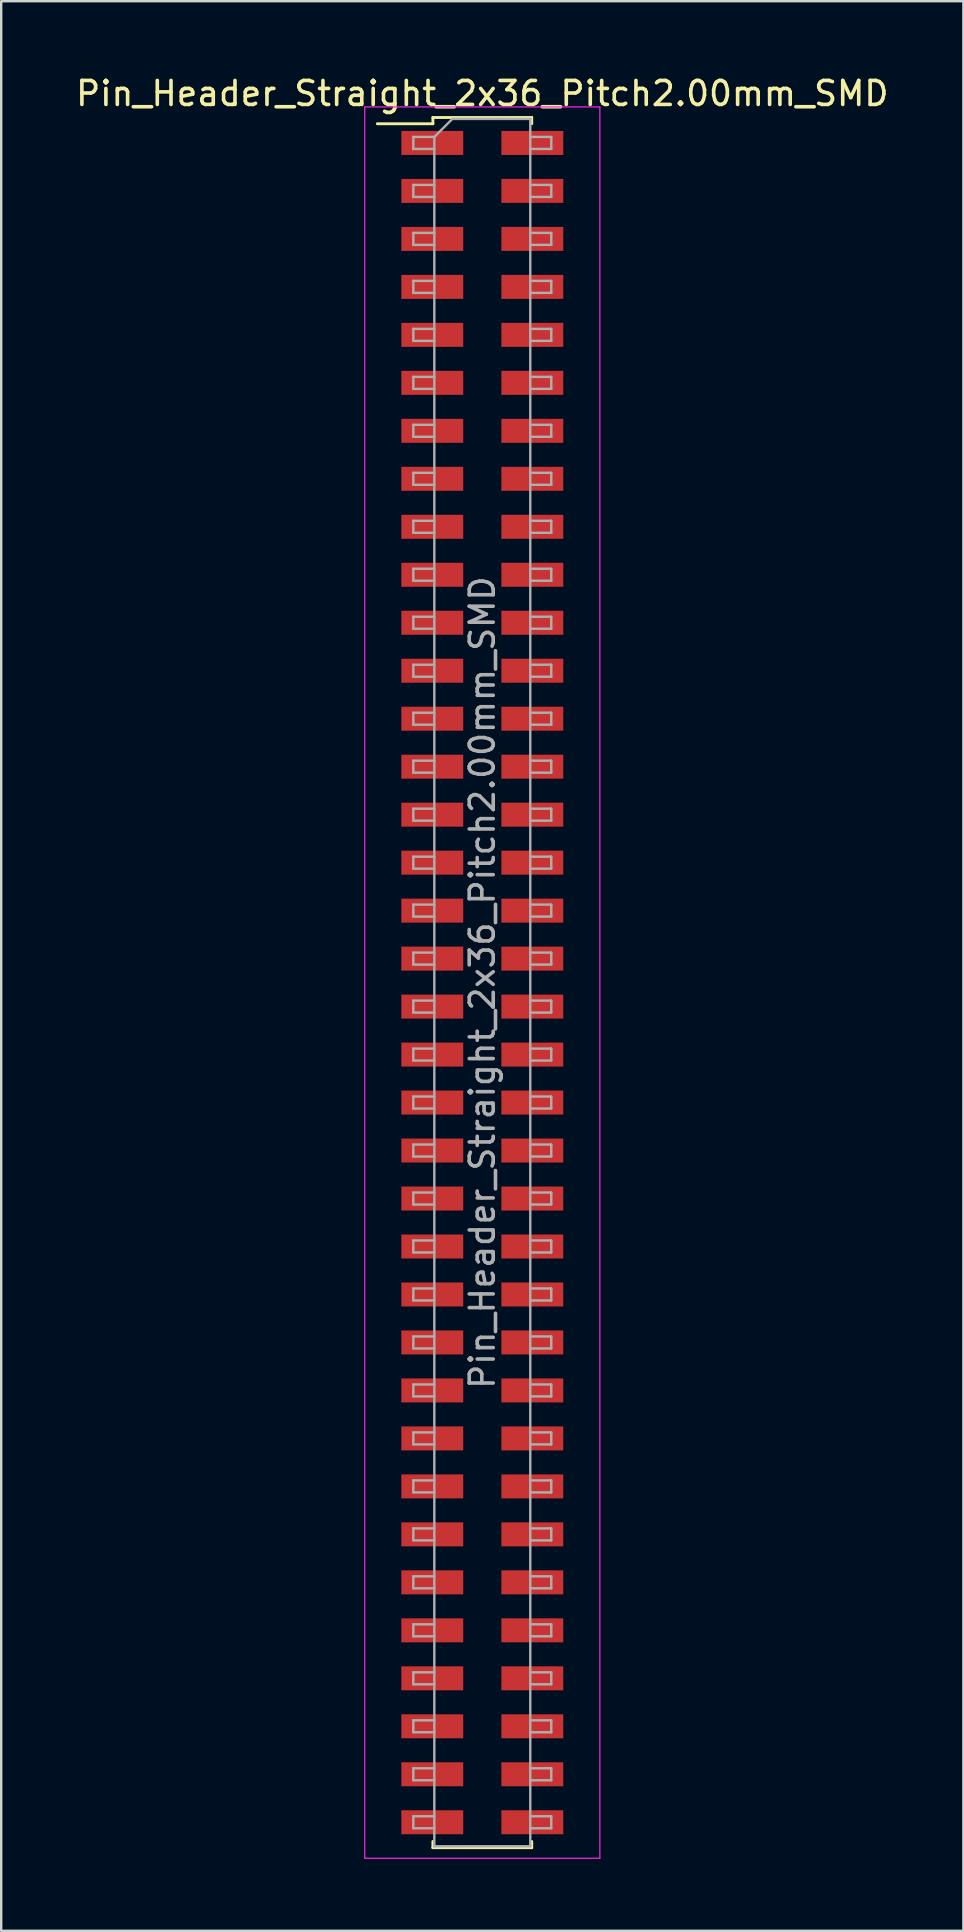
<source format=kicad_pcb>
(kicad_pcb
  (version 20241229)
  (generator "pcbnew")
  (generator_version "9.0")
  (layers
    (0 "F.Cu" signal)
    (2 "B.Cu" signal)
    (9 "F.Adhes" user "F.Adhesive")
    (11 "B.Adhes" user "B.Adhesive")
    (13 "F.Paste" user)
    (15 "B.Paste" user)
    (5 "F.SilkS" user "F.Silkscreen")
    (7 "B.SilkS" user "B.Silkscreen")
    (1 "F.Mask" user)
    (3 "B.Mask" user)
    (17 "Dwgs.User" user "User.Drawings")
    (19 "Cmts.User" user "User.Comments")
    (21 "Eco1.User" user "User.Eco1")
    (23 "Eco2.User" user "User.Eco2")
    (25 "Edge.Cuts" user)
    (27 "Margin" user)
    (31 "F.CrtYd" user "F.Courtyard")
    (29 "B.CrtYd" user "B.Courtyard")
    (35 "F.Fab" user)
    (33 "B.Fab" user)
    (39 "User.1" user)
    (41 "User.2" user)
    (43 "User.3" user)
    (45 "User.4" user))
  (footprint "Pin_Header_Straight_2x36_Pitch2.00mm_SMD"
    (layer "F.Cu")
    (at 17.054 37.908)
    (property "Reference" "Pin_Header_Straight_2x36_Pitch2.00mm_SMD" (at 0 -37.06 0) (layer "F.SilkS") (effects (font (size 1 1) (thickness 0.15))))
    (attr smd)
    (fp_line (start -4.375 -35.8) (end -2.06 -35.8) (stroke (width 0.12) (type solid)) (layer "F.SilkS"))
    (fp_line (start -2.06 -36.06) (end 2.06 -36.06) (stroke (width 0.12) (type solid)) (layer "F.SilkS"))
    (fp_line (start -2.06 -35.8) (end -2.06 -36.06) (stroke (width 0.12) (type solid)) (layer "F.SilkS"))
    (fp_line (start -2.06 35.8) (end -2.06 36.06) (stroke (width 0.12) (type solid)) (layer "F.SilkS"))
    (fp_line (start -2.06 36.06) (end 2.06 36.06) (stroke (width 0.12) (type solid)) (layer "F.SilkS"))
    (fp_line (start 2.06 -36.06) (end 2.06 -35.8) (stroke (width 0.12) (type solid)) (layer "F.SilkS"))
    (fp_line (start 2.06 36.06) (end 2.06 35.8) (stroke (width 0.12) (type solid)) (layer "F.SilkS"))
    (fp_line (start -4.9 -36.5) (end -4.9 36.5) (stroke (width 0.05) (type solid)) (layer "F.CrtYd"))
    (fp_line (start -4.9 36.5) (end 4.9 36.5) (stroke (width 0.05) (type solid)) (layer "F.CrtYd"))
    (fp_line (start 4.9 -36.5) (end -4.9 -36.5) (stroke (width 0.05) (type solid)) (layer "F.CrtYd"))
    (fp_line (start 4.9 36.5) (end 4.9 -36.5) (stroke (width 0.05) (type solid)) (layer "F.CrtYd"))
    (fp_line (start -2.875 -35.25) (end -2.875 -34.75) (stroke (width 0.1) (type solid)) (layer "F.Fab"))
    (fp_line (start -2.875 -34.75) (end -2 -34.75) (stroke (width 0.1) (type solid)) (layer "F.Fab"))
    (fp_line (start -2.875 -33.25) (end -2.875 -32.75) (stroke (width 0.1) (type solid)) (layer "F.Fab"))
    (fp_line (start -2.875 -32.75) (end -2 -32.75) (stroke (width 0.1) (type solid)) (layer "F.Fab"))
    (fp_line (start -2.875 -31.25) (end -2.875 -30.75) (stroke (width 0.1) (type solid)) (layer "F.Fab"))
    (fp_line (start -2.875 -30.75) (end -2 -30.75) (stroke (width 0.1) (type solid)) (layer "F.Fab"))
    (fp_line (start -2.875 -29.25) (end -2.875 -28.75) (stroke (width 0.1) (type solid)) (layer "F.Fab"))
    (fp_line (start -2.875 -28.75) (end -2 -28.75) (stroke (width 0.1) (type solid)) (layer "F.Fab"))
    (fp_line (start -2.875 -27.25) (end -2.875 -26.75) (stroke (width 0.1) (type solid)) (layer "F.Fab"))
    (fp_line (start -2.875 -26.75) (end -2 -26.75) (stroke (width 0.1) (type solid)) (layer "F.Fab"))
    (fp_line (start -2.875 -25.25) (end -2.875 -24.75) (stroke (width 0.1) (type solid)) (layer "F.Fab"))
    (fp_line (start -2.875 -24.75) (end -2 -24.75) (stroke (width 0.1) (type solid)) (layer "F.Fab"))
    (fp_line (start -2.875 -23.25) (end -2.875 -22.75) (stroke (width 0.1) (type solid)) (layer "F.Fab"))
    (fp_line (start -2.875 -22.75) (end -2 -22.75) (stroke (width 0.1) (type solid)) (layer "F.Fab"))
    (fp_line (start -2.875 -21.25) (end -2.875 -20.75) (stroke (width 0.1) (type solid)) (layer "F.Fab"))
    (fp_line (start -2.875 -20.75) (end -2 -20.75) (stroke (width 0.1) (type solid)) (layer "F.Fab"))
    (fp_line (start -2.875 -19.25) (end -2.875 -18.75) (stroke (width 0.1) (type solid)) (layer "F.Fab"))
    (fp_line (start -2.875 -18.75) (end -2 -18.75) (stroke (width 0.1) (type solid)) (layer "F.Fab"))
    (fp_line (start -2.875 -17.25) (end -2.875 -16.75) (stroke (width 0.1) (type solid)) (layer "F.Fab"))
    (fp_line (start -2.875 -16.75) (end -2 -16.75) (stroke (width 0.1) (type solid)) (layer "F.Fab"))
    (fp_line (start -2.875 -15.25) (end -2.875 -14.75) (stroke (width 0.1) (type solid)) (layer "F.Fab"))
    (fp_line (start -2.875 -14.75) (end -2 -14.75) (stroke (width 0.1) (type solid)) (layer "F.Fab"))
    (fp_line (start -2.875 -13.25) (end -2.875 -12.75) (stroke (width 0.1) (type solid)) (layer "F.Fab"))
    (fp_line (start -2.875 -12.75) (end -2 -12.75) (stroke (width 0.1) (type solid)) (layer "F.Fab"))
    (fp_line (start -2.875 -11.25) (end -2.875 -10.75) (stroke (width 0.1) (type solid)) (layer "F.Fab"))
    (fp_line (start -2.875 -10.75) (end -2 -10.75) (stroke (width 0.1) (type solid)) (layer "F.Fab"))
    (fp_line (start -2.875 -9.25) (end -2.875 -8.75) (stroke (width 0.1) (type solid)) (layer "F.Fab"))
    (fp_line (start -2.875 -8.75) (end -2 -8.75) (stroke (width 0.1) (type solid)) (layer "F.Fab"))
    (fp_line (start -2.875 -7.25) (end -2.875 -6.75) (stroke (width 0.1) (type solid)) (layer "F.Fab"))
    (fp_line (start -2.875 -6.75) (end -2 -6.75) (stroke (width 0.1) (type solid)) (layer "F.Fab"))
    (fp_line (start -2.875 -5.25) (end -2.875 -4.75) (stroke (width 0.1) (type solid)) (layer "F.Fab"))
    (fp_line (start -2.875 -4.75) (end -2 -4.75) (stroke (width 0.1) (type solid)) (layer "F.Fab"))
    (fp_line (start -2.875 -3.25) (end -2.875 -2.75) (stroke (width 0.1) (type solid)) (layer "F.Fab"))
    (fp_line (start -2.875 -2.75) (end -2 -2.75) (stroke (width 0.1) (type solid)) (layer "F.Fab"))
    (fp_line (start -2.875 -1.25) (end -2.875 -0.75) (stroke (width 0.1) (type solid)) (layer "F.Fab"))
    (fp_line (start -2.875 -0.75) (end -2 -0.75) (stroke (width 0.1) (type solid)) (layer "F.Fab"))
    (fp_line (start -2.875 0.75) (end -2.875 1.25) (stroke (width 0.1) (type solid)) (layer "F.Fab"))
    (fp_line (start -2.875 1.25) (end -2 1.25) (stroke (width 0.1) (type solid)) (layer "F.Fab"))
    (fp_line (start -2.875 2.75) (end -2.875 3.25) (stroke (width 0.1) (type solid)) (layer "F.Fab"))
    (fp_line (start -2.875 3.25) (end -2 3.25) (stroke (width 0.1) (type solid)) (layer "F.Fab"))
    (fp_line (start -2.875 4.75) (end -2.875 5.25) (stroke (width 0.1) (type solid)) (layer "F.Fab"))
    (fp_line (start -2.875 5.25) (end -2 5.25) (stroke (width 0.1) (type solid)) (layer "F.Fab"))
    (fp_line (start -2.875 6.75) (end -2.875 7.25) (stroke (width 0.1) (type solid)) (layer "F.Fab"))
    (fp_line (start -2.875 7.25) (end -2 7.25) (stroke (width 0.1) (type solid)) (layer "F.Fab"))
    (fp_line (start -2.875 8.75) (end -2.875 9.25) (stroke (width 0.1) (type solid)) (layer "F.Fab"))
    (fp_line (start -2.875 9.25) (end -2 9.25) (stroke (width 0.1) (type solid)) (layer "F.Fab"))
    (fp_line (start -2.875 10.75) (end -2.875 11.25) (stroke (width 0.1) (type solid)) (layer "F.Fab"))
    (fp_line (start -2.875 11.25) (end -2 11.25) (stroke (width 0.1) (type solid)) (layer "F.Fab"))
    (fp_line (start -2.875 12.75) (end -2.875 13.25) (stroke (width 0.1) (type solid)) (layer "F.Fab"))
    (fp_line (start -2.875 13.25) (end -2 13.25) (stroke (width 0.1) (type solid)) (layer "F.Fab"))
    (fp_line (start -2.875 14.75) (end -2.875 15.25) (stroke (width 0.1) (type solid)) (layer "F.Fab"))
    (fp_line (start -2.875 15.25) (end -2 15.25) (stroke (width 0.1) (type solid)) (layer "F.Fab"))
    (fp_line (start -2.875 16.75) (end -2.875 17.25) (stroke (width 0.1) (type solid)) (layer "F.Fab"))
    (fp_line (start -2.875 17.25) (end -2 17.25) (stroke (width 0.1) (type solid)) (layer "F.Fab"))
    (fp_line (start -2.875 18.75) (end -2.875 19.25) (stroke (width 0.1) (type solid)) (layer "F.Fab"))
    (fp_line (start -2.875 19.25) (end -2 19.25) (stroke (width 0.1) (type solid)) (layer "F.Fab"))
    (fp_line (start -2.875 20.75) (end -2.875 21.25) (stroke (width 0.1) (type solid)) (layer "F.Fab"))
    (fp_line (start -2.875 21.25) (end -2 21.25) (stroke (width 0.1) (type solid)) (layer "F.Fab"))
    (fp_line (start -2.875 22.75) (end -2.875 23.25) (stroke (width 0.1) (type solid)) (layer "F.Fab"))
    (fp_line (start -2.875 23.25) (end -2 23.25) (stroke (width 0.1) (type solid)) (layer "F.Fab"))
    (fp_line (start -2.875 24.75) (end -2.875 25.25) (stroke (width 0.1) (type solid)) (layer "F.Fab"))
    (fp_line (start -2.875 25.25) (end -2 25.25) (stroke (width 0.1) (type solid)) (layer "F.Fab"))
    (fp_line (start -2.875 26.75) (end -2.875 27.25) (stroke (width 0.1) (type solid)) (layer "F.Fab"))
    (fp_line (start -2.875 27.25) (end -2 27.25) (stroke (width 0.1) (type solid)) (layer "F.Fab"))
    (fp_line (start -2.875 28.75) (end -2.875 29.25) (stroke (width 0.1) (type solid)) (layer "F.Fab"))
    (fp_line (start -2.875 29.25) (end -2 29.25) (stroke (width 0.1) (type solid)) (layer "F.Fab"))
    (fp_line (start -2.875 30.75) (end -2.875 31.25) (stroke (width 0.1) (type solid)) (layer "F.Fab"))
    (fp_line (start -2.875 31.25) (end -2 31.25) (stroke (width 0.1) (type solid)) (layer "F.Fab"))
    (fp_line (start -2.875 32.75) (end -2.875 33.25) (stroke (width 0.1) (type solid)) (layer "F.Fab"))
    (fp_line (start -2.875 33.25) (end -2 33.25) (stroke (width 0.1) (type solid)) (layer "F.Fab"))
    (fp_line (start -2.875 34.75) (end -2.875 35.25) (stroke (width 0.1) (type solid)) (layer "F.Fab"))
    (fp_line (start -2.875 35.25) (end -2 35.25) (stroke (width 0.1) (type solid)) (layer "F.Fab"))
    (fp_line (start -2 -35.25) (end -2.875 -35.25) (stroke (width 0.1) (type solid)) (layer "F.Fab"))
    (fp_line (start -2 -35.25) (end -1.25 -36) (stroke (width 0.1) (type solid)) (layer "F.Fab"))
    (fp_line (start -2 -33.25) (end -2.875 -33.25) (stroke (width 0.1) (type solid)) (layer "F.Fab"))
    (fp_line (start -2 -31.25) (end -2.875 -31.25) (stroke (width 0.1) (type solid)) (layer "F.Fab"))
    (fp_line (start -2 -29.25) (end -2.875 -29.25) (stroke (width 0.1) (type solid)) (layer "F.Fab"))
    (fp_line (start -2 -27.25) (end -2.875 -27.25) (stroke (width 0.1) (type solid)) (layer "F.Fab"))
    (fp_line (start -2 -25.25) (end -2.875 -25.25) (stroke (width 0.1) (type solid)) (layer "F.Fab"))
    (fp_line (start -2 -23.25) (end -2.875 -23.25) (stroke (width 0.1) (type solid)) (layer "F.Fab"))
    (fp_line (start -2 -21.25) (end -2.875 -21.25) (stroke (width 0.1) (type solid)) (layer "F.Fab"))
    (fp_line (start -2 -19.25) (end -2.875 -19.25) (stroke (width 0.1) (type solid)) (layer "F.Fab"))
    (fp_line (start -2 -17.25) (end -2.875 -17.25) (stroke (width 0.1) (type solid)) (layer "F.Fab"))
    (fp_line (start -2 -15.25) (end -2.875 -15.25) (stroke (width 0.1) (type solid)) (layer "F.Fab"))
    (fp_line (start -2 -13.25) (end -2.875 -13.25) (stroke (width 0.1) (type solid)) (layer "F.Fab"))
    (fp_line (start -2 -11.25) (end -2.875 -11.25) (stroke (width 0.1) (type solid)) (layer "F.Fab"))
    (fp_line (start -2 -9.25) (end -2.875 -9.25) (stroke (width 0.1) (type solid)) (layer "F.Fab"))
    (fp_line (start -2 -7.25) (end -2.875 -7.25) (stroke (width 0.1) (type solid)) (layer "F.Fab"))
    (fp_line (start -2 -5.25) (end -2.875 -5.25) (stroke (width 0.1) (type solid)) (layer "F.Fab"))
    (fp_line (start -2 -3.25) (end -2.875 -3.25) (stroke (width 0.1) (type solid)) (layer "F.Fab"))
    (fp_line (start -2 -1.25) (end -2.875 -1.25) (stroke (width 0.1) (type solid)) (layer "F.Fab"))
    (fp_line (start -2 0.75) (end -2.875 0.75) (stroke (width 0.1) (type solid)) (layer "F.Fab"))
    (fp_line (start -2 2.75) (end -2.875 2.75) (stroke (width 0.1) (type solid)) (layer "F.Fab"))
    (fp_line (start -2 4.75) (end -2.875 4.75) (stroke (width 0.1) (type solid)) (layer "F.Fab"))
    (fp_line (start -2 6.75) (end -2.875 6.75) (stroke (width 0.1) (type solid)) (layer "F.Fab"))
    (fp_line (start -2 8.75) (end -2.875 8.75) (stroke (width 0.1) (type solid)) (layer "F.Fab"))
    (fp_line (start -2 10.75) (end -2.875 10.75) (stroke (width 0.1) (type solid)) (layer "F.Fab"))
    (fp_line (start -2 12.75) (end -2.875 12.75) (stroke (width 0.1) (type solid)) (layer "F.Fab"))
    (fp_line (start -2 14.75) (end -2.875 14.75) (stroke (width 0.1) (type solid)) (layer "F.Fab"))
    (fp_line (start -2 16.75) (end -2.875 16.75) (stroke (width 0.1) (type solid)) (layer "F.Fab"))
    (fp_line (start -2 18.75) (end -2.875 18.75) (stroke (width 0.1) (type solid)) (layer "F.Fab"))
    (fp_line (start -2 20.75) (end -2.875 20.75) (stroke (width 0.1) (type solid)) (layer "F.Fab"))
    (fp_line (start -2 22.75) (end -2.875 22.75) (stroke (width 0.1) (type solid)) (layer "F.Fab"))
    (fp_line (start -2 24.75) (end -2.875 24.75) (stroke (width 0.1) (type solid)) (layer "F.Fab"))
    (fp_line (start -2 26.75) (end -2.875 26.75) (stroke (width 0.1) (type solid)) (layer "F.Fab"))
    (fp_line (start -2 28.75) (end -2.875 28.75) (stroke (width 0.1) (type solid)) (layer "F.Fab"))
    (fp_line (start -2 30.75) (end -2.875 30.75) (stroke (width 0.1) (type solid)) (layer "F.Fab"))
    (fp_line (start -2 32.75) (end -2.875 32.75) (stroke (width 0.1) (type solid)) (layer "F.Fab"))
    (fp_line (start -2 34.75) (end -2.875 34.75) (stroke (width 0.1) (type solid)) (layer "F.Fab"))
    (fp_line (start -2 36) (end -2 -35.25) (stroke (width 0.1) (type solid)) (layer "F.Fab"))
    (fp_line (start -1.25 -36) (end 2 -36) (stroke (width 0.1) (type solid)) (layer "F.Fab"))
    (fp_line (start 2 -36) (end 2 36) (stroke (width 0.1) (type solid)) (layer "F.Fab"))
    (fp_line (start 2 -35.25) (end 2.875 -35.25) (stroke (width 0.1) (type solid)) (layer "F.Fab"))
    (fp_line (start 2 -33.25) (end 2.875 -33.25) (stroke (width 0.1) (type solid)) (layer "F.Fab"))
    (fp_line (start 2 -31.25) (end 2.875 -31.25) (stroke (width 0.1) (type solid)) (layer "F.Fab"))
    (fp_line (start 2 -29.25) (end 2.875 -29.25) (stroke (width 0.1) (type solid)) (layer "F.Fab"))
    (fp_line (start 2 -27.25) (end 2.875 -27.25) (stroke (width 0.1) (type solid)) (layer "F.Fab"))
    (fp_line (start 2 -25.25) (end 2.875 -25.25) (stroke (width 0.1) (type solid)) (layer "F.Fab"))
    (fp_line (start 2 -23.25) (end 2.875 -23.25) (stroke (width 0.1) (type solid)) (layer "F.Fab"))
    (fp_line (start 2 -21.25) (end 2.875 -21.25) (stroke (width 0.1) (type solid)) (layer "F.Fab"))
    (fp_line (start 2 -19.25) (end 2.875 -19.25) (stroke (width 0.1) (type solid)) (layer "F.Fab"))
    (fp_line (start 2 -17.25) (end 2.875 -17.25) (stroke (width 0.1) (type solid)) (layer "F.Fab"))
    (fp_line (start 2 -15.25) (end 2.875 -15.25) (stroke (width 0.1) (type solid)) (layer "F.Fab"))
    (fp_line (start 2 -13.25) (end 2.875 -13.25) (stroke (width 0.1) (type solid)) (layer "F.Fab"))
    (fp_line (start 2 -11.25) (end 2.875 -11.25) (stroke (width 0.1) (type solid)) (layer "F.Fab"))
    (fp_line (start 2 -9.25) (end 2.875 -9.25) (stroke (width 0.1) (type solid)) (layer "F.Fab"))
    (fp_line (start 2 -7.25) (end 2.875 -7.25) (stroke (width 0.1) (type solid)) (layer "F.Fab"))
    (fp_line (start 2 -5.25) (end 2.875 -5.25) (stroke (width 0.1) (type solid)) (layer "F.Fab"))
    (fp_line (start 2 -3.25) (end 2.875 -3.25) (stroke (width 0.1) (type solid)) (layer "F.Fab"))
    (fp_line (start 2 -1.25) (end 2.875 -1.25) (stroke (width 0.1) (type solid)) (layer "F.Fab"))
    (fp_line (start 2 0.75) (end 2.875 0.75) (stroke (width 0.1) (type solid)) (layer "F.Fab"))
    (fp_line (start 2 2.75) (end 2.875 2.75) (stroke (width 0.1) (type solid)) (layer "F.Fab"))
    (fp_line (start 2 4.75) (end 2.875 4.75) (stroke (width 0.1) (type solid)) (layer "F.Fab"))
    (fp_line (start 2 6.75) (end 2.875 6.75) (stroke (width 0.1) (type solid)) (layer "F.Fab"))
    (fp_line (start 2 8.75) (end 2.875 8.75) (stroke (width 0.1) (type solid)) (layer "F.Fab"))
    (fp_line (start 2 10.75) (end 2.875 10.75) (stroke (width 0.1) (type solid)) (layer "F.Fab"))
    (fp_line (start 2 12.75) (end 2.875 12.75) (stroke (width 0.1) (type solid)) (layer "F.Fab"))
    (fp_line (start 2 14.75) (end 2.875 14.75) (stroke (width 0.1) (type solid)) (layer "F.Fab"))
    (fp_line (start 2 16.75) (end 2.875 16.75) (stroke (width 0.1) (type solid)) (layer "F.Fab"))
    (fp_line (start 2 18.75) (end 2.875 18.75) (stroke (width 0.1) (type solid)) (layer "F.Fab"))
    (fp_line (start 2 20.75) (end 2.875 20.75) (stroke (width 0.1) (type solid)) (layer "F.Fab"))
    (fp_line (start 2 22.75) (end 2.875 22.75) (stroke (width 0.1) (type solid)) (layer "F.Fab"))
    (fp_line (start 2 24.75) (end 2.875 24.75) (stroke (width 0.1) (type solid)) (layer "F.Fab"))
    (fp_line (start 2 26.75) (end 2.875 26.75) (stroke (width 0.1) (type solid)) (layer "F.Fab"))
    (fp_line (start 2 28.75) (end 2.875 28.75) (stroke (width 0.1) (type solid)) (layer "F.Fab"))
    (fp_line (start 2 30.75) (end 2.875 30.75) (stroke (width 0.1) (type solid)) (layer "F.Fab"))
    (fp_line (start 2 32.75) (end 2.875 32.75) (stroke (width 0.1) (type solid)) (layer "F.Fab"))
    (fp_line (start 2 34.75) (end 2.875 34.75) (stroke (width 0.1) (type solid)) (layer "F.Fab"))
    (fp_line (start 2 36) (end -2 36) (stroke (width 0.1) (type solid)) (layer "F.Fab"))
    (fp_line (start 2.875 -35.25) (end 2.875 -34.75) (stroke (width 0.1) (type solid)) (layer "F.Fab"))
    (fp_line (start 2.875 -34.75) (end 2 -34.75) (stroke (width 0.1) (type solid)) (layer "F.Fab"))
    (fp_line (start 2.875 -33.25) (end 2.875 -32.75) (stroke (width 0.1) (type solid)) (layer "F.Fab"))
    (fp_line (start 2.875 -32.75) (end 2 -32.75) (stroke (width 0.1) (type solid)) (layer "F.Fab"))
    (fp_line (start 2.875 -31.25) (end 2.875 -30.75) (stroke (width 0.1) (type solid)) (layer "F.Fab"))
    (fp_line (start 2.875 -30.75) (end 2 -30.75) (stroke (width 0.1) (type solid)) (layer "F.Fab"))
    (fp_line (start 2.875 -29.25) (end 2.875 -28.75) (stroke (width 0.1) (type solid)) (layer "F.Fab"))
    (fp_line (start 2.875 -28.75) (end 2 -28.75) (stroke (width 0.1) (type solid)) (layer "F.Fab"))
    (fp_line (start 2.875 -27.25) (end 2.875 -26.75) (stroke (width 0.1) (type solid)) (layer "F.Fab"))
    (fp_line (start 2.875 -26.75) (end 2 -26.75) (stroke (width 0.1) (type solid)) (layer "F.Fab"))
    (fp_line (start 2.875 -25.25) (end 2.875 -24.75) (stroke (width 0.1) (type solid)) (layer "F.Fab"))
    (fp_line (start 2.875 -24.75) (end 2 -24.75) (stroke (width 0.1) (type solid)) (layer "F.Fab"))
    (fp_line (start 2.875 -23.25) (end 2.875 -22.75) (stroke (width 0.1) (type solid)) (layer "F.Fab"))
    (fp_line (start 2.875 -22.75) (end 2 -22.75) (stroke (width 0.1) (type solid)) (layer "F.Fab"))
    (fp_line (start 2.875 -21.25) (end 2.875 -20.75) (stroke (width 0.1) (type solid)) (layer "F.Fab"))
    (fp_line (start 2.875 -20.75) (end 2 -20.75) (stroke (width 0.1) (type solid)) (layer "F.Fab"))
    (fp_line (start 2.875 -19.25) (end 2.875 -18.75) (stroke (width 0.1) (type solid)) (layer "F.Fab"))
    (fp_line (start 2.875 -18.75) (end 2 -18.75) (stroke (width 0.1) (type solid)) (layer "F.Fab"))
    (fp_line (start 2.875 -17.25) (end 2.875 -16.75) (stroke (width 0.1) (type solid)) (layer "F.Fab"))
    (fp_line (start 2.875 -16.75) (end 2 -16.75) (stroke (width 0.1) (type solid)) (layer "F.Fab"))
    (fp_line (start 2.875 -15.25) (end 2.875 -14.75) (stroke (width 0.1) (type solid)) (layer "F.Fab"))
    (fp_line (start 2.875 -14.75) (end 2 -14.75) (stroke (width 0.1) (type solid)) (layer "F.Fab"))
    (fp_line (start 2.875 -13.25) (end 2.875 -12.75) (stroke (width 0.1) (type solid)) (layer "F.Fab"))
    (fp_line (start 2.875 -12.75) (end 2 -12.75) (stroke (width 0.1) (type solid)) (layer "F.Fab"))
    (fp_line (start 2.875 -11.25) (end 2.875 -10.75) (stroke (width 0.1) (type solid)) (layer "F.Fab"))
    (fp_line (start 2.875 -10.75) (end 2 -10.75) (stroke (width 0.1) (type solid)) (layer "F.Fab"))
    (fp_line (start 2.875 -9.25) (end 2.875 -8.75) (stroke (width 0.1) (type solid)) (layer "F.Fab"))
    (fp_line (start 2.875 -8.75) (end 2 -8.75) (stroke (width 0.1) (type solid)) (layer "F.Fab"))
    (fp_line (start 2.875 -7.25) (end 2.875 -6.75) (stroke (width 0.1) (type solid)) (layer "F.Fab"))
    (fp_line (start 2.875 -6.75) (end 2 -6.75) (stroke (width 0.1) (type solid)) (layer "F.Fab"))
    (fp_line (start 2.875 -5.25) (end 2.875 -4.75) (stroke (width 0.1) (type solid)) (layer "F.Fab"))
    (fp_line (start 2.875 -4.75) (end 2 -4.75) (stroke (width 0.1) (type solid)) (layer "F.Fab"))
    (fp_line (start 2.875 -3.25) (end 2.875 -2.75) (stroke (width 0.1) (type solid)) (layer "F.Fab"))
    (fp_line (start 2.875 -2.75) (end 2 -2.75) (stroke (width 0.1) (type solid)) (layer "F.Fab"))
    (fp_line (start 2.875 -1.25) (end 2.875 -0.75) (stroke (width 0.1) (type solid)) (layer "F.Fab"))
    (fp_line (start 2.875 -0.75) (end 2 -0.75) (stroke (width 0.1) (type solid)) (layer "F.Fab"))
    (fp_line (start 2.875 0.75) (end 2.875 1.25) (stroke (width 0.1) (type solid)) (layer "F.Fab"))
    (fp_line (start 2.875 1.25) (end 2 1.25) (stroke (width 0.1) (type solid)) (layer "F.Fab"))
    (fp_line (start 2.875 2.75) (end 2.875 3.25) (stroke (width 0.1) (type solid)) (layer "F.Fab"))
    (fp_line (start 2.875 3.25) (end 2 3.25) (stroke (width 0.1) (type solid)) (layer "F.Fab"))
    (fp_line (start 2.875 4.75) (end 2.875 5.25) (stroke (width 0.1) (type solid)) (layer "F.Fab"))
    (fp_line (start 2.875 5.25) (end 2 5.25) (stroke (width 0.1) (type solid)) (layer "F.Fab"))
    (fp_line (start 2.875 6.75) (end 2.875 7.25) (stroke (width 0.1) (type solid)) (layer "F.Fab"))
    (fp_line (start 2.875 7.25) (end 2 7.25) (stroke (width 0.1) (type solid)) (layer "F.Fab"))
    (fp_line (start 2.875 8.75) (end 2.875 9.25) (stroke (width 0.1) (type solid)) (layer "F.Fab"))
    (fp_line (start 2.875 9.25) (end 2 9.25) (stroke (width 0.1) (type solid)) (layer "F.Fab"))
    (fp_line (start 2.875 10.75) (end 2.875 11.25) (stroke (width 0.1) (type solid)) (layer "F.Fab"))
    (fp_line (start 2.875 11.25) (end 2 11.25) (stroke (width 0.1) (type solid)) (layer "F.Fab"))
    (fp_line (start 2.875 12.75) (end 2.875 13.25) (stroke (width 0.1) (type solid)) (layer "F.Fab"))
    (fp_line (start 2.875 13.25) (end 2 13.25) (stroke (width 0.1) (type solid)) (layer "F.Fab"))
    (fp_line (start 2.875 14.75) (end 2.875 15.25) (stroke (width 0.1) (type solid)) (layer "F.Fab"))
    (fp_line (start 2.875 15.25) (end 2 15.25) (stroke (width 0.1) (type solid)) (layer "F.Fab"))
    (fp_line (start 2.875 16.75) (end 2.875 17.25) (stroke (width 0.1) (type solid)) (layer "F.Fab"))
    (fp_line (start 2.875 17.25) (end 2 17.25) (stroke (width 0.1) (type solid)) (layer "F.Fab"))
    (fp_line (start 2.875 18.75) (end 2.875 19.25) (stroke (width 0.1) (type solid)) (layer "F.Fab"))
    (fp_line (start 2.875 19.25) (end 2 19.25) (stroke (width 0.1) (type solid)) (layer "F.Fab"))
    (fp_line (start 2.875 20.75) (end 2.875 21.25) (stroke (width 0.1) (type solid)) (layer "F.Fab"))
    (fp_line (start 2.875 21.25) (end 2 21.25) (stroke (width 0.1) (type solid)) (layer "F.Fab"))
    (fp_line (start 2.875 22.75) (end 2.875 23.25) (stroke (width 0.1) (type solid)) (layer "F.Fab"))
    (fp_line (start 2.875 23.25) (end 2 23.25) (stroke (width 0.1) (type solid)) (layer "F.Fab"))
    (fp_line (start 2.875 24.75) (end 2.875 25.25) (stroke (width 0.1) (type solid)) (layer "F.Fab"))
    (fp_line (start 2.875 25.25) (end 2 25.25) (stroke (width 0.1) (type solid)) (layer "F.Fab"))
    (fp_line (start 2.875 26.75) (end 2.875 27.25) (stroke (width 0.1) (type solid)) (layer "F.Fab"))
    (fp_line (start 2.875 27.25) (end 2 27.25) (stroke (width 0.1) (type solid)) (layer "F.Fab"))
    (fp_line (start 2.875 28.75) (end 2.875 29.25) (stroke (width 0.1) (type solid)) (layer "F.Fab"))
    (fp_line (start 2.875 29.25) (end 2 29.25) (stroke (width 0.1) (type solid)) (layer "F.Fab"))
    (fp_line (start 2.875 30.75) (end 2.875 31.25) (stroke (width 0.1) (type solid)) (layer "F.Fab"))
    (fp_line (start 2.875 31.25) (end 2 31.25) (stroke (width 0.1) (type solid)) (layer "F.Fab"))
    (fp_line (start 2.875 32.75) (end 2.875 33.25) (stroke (width 0.1) (type solid)) (layer "F.Fab"))
    (fp_line (start 2.875 33.25) (end 2 33.25) (stroke (width 0.1) (type solid)) (layer "F.Fab"))
    (fp_line (start 2.875 34.75) (end 2.875 35.25) (stroke (width 0.1) (type solid)) (layer "F.Fab"))
    (fp_line (start 2.875 35.25) (end 2 35.25) (stroke (width 0.1) (type solid)) (layer "F.Fab"))
    (fp_text user "${REFERENCE}" (at 0 0 90) (layer "F.Fab") (effects (font (size 1 1) (thickness 0.15))))
    (pad "1" smd rect (at -2.085 -35) (size 2.58 1) (layers "F.Cu" "F.Mask" "F.Paste"))
    (pad "2" smd rect (at 2.085 -35) (size 2.58 1) (layers "F.Cu" "F.Mask" "F.Paste"))
    (pad "3" smd rect (at -2.085 -33) (size 2.58 1) (layers "F.Cu" "F.Mask" "F.Paste"))
    (pad "4" smd rect (at 2.085 -33) (size 2.58 1) (layers "F.Cu" "F.Mask" "F.Paste"))
    (pad "5" smd rect (at -2.085 -31) (size 2.58 1) (layers "F.Cu" "F.Mask" "F.Paste"))
    (pad "6" smd rect (at 2.085 -31) (size 2.58 1) (layers "F.Cu" "F.Mask" "F.Paste"))
    (pad "7" smd rect (at -2.085 -29) (size 2.58 1) (layers "F.Cu" "F.Mask" "F.Paste"))
    (pad "8" smd rect (at 2.085 -29) (size 2.58 1) (layers "F.Cu" "F.Mask" "F.Paste"))
    (pad "9" smd rect (at -2.085 -27) (size 2.58 1) (layers "F.Cu" "F.Mask" "F.Paste"))
    (pad "10" smd rect (at 2.085 -27) (size 2.58 1) (layers "F.Cu" "F.Mask" "F.Paste"))
    (pad "11" smd rect (at -2.085 -25) (size 2.58 1) (layers "F.Cu" "F.Mask" "F.Paste"))
    (pad "12" smd rect (at 2.085 -25) (size 2.58 1) (layers "F.Cu" "F.Mask" "F.Paste"))
    (pad "13" smd rect (at -2.085 -23) (size 2.58 1) (layers "F.Cu" "F.Mask" "F.Paste"))
    (pad "14" smd rect (at 2.085 -23) (size 2.58 1) (layers "F.Cu" "F.Mask" "F.Paste"))
    (pad "15" smd rect (at -2.085 -21) (size 2.58 1) (layers "F.Cu" "F.Mask" "F.Paste"))
    (pad "16" smd rect (at 2.085 -21) (size 2.58 1) (layers "F.Cu" "F.Mask" "F.Paste"))
    (pad "17" smd rect (at -2.085 -19) (size 2.58 1) (layers "F.Cu" "F.Mask" "F.Paste"))
    (pad "18" smd rect (at 2.085 -19) (size 2.58 1) (layers "F.Cu" "F.Mask" "F.Paste"))
    (pad "19" smd rect (at -2.085 -17) (size 2.58 1) (layers "F.Cu" "F.Mask" "F.Paste"))
    (pad "20" smd rect (at 2.085 -17) (size 2.58 1) (layers "F.Cu" "F.Mask" "F.Paste"))
    (pad "21" smd rect (at -2.085 -15) (size 2.58 1) (layers "F.Cu" "F.Mask" "F.Paste"))
    (pad "22" smd rect (at 2.085 -15) (size 2.58 1) (layers "F.Cu" "F.Mask" "F.Paste"))
    (pad "23" smd rect (at -2.085 -13) (size 2.58 1) (layers "F.Cu" "F.Mask" "F.Paste"))
    (pad "24" smd rect (at 2.085 -13) (size 2.58 1) (layers "F.Cu" "F.Mask" "F.Paste"))
    (pad "25" smd rect (at -2.085 -11) (size 2.58 1) (layers "F.Cu" "F.Mask" "F.Paste"))
    (pad "26" smd rect (at 2.085 -11) (size 2.58 1) (layers "F.Cu" "F.Mask" "F.Paste"))
    (pad "27" smd rect (at -2.085 -9) (size 2.58 1) (layers "F.Cu" "F.Mask" "F.Paste"))
    (pad "28" smd rect (at 2.085 -9) (size 2.58 1) (layers "F.Cu" "F.Mask" "F.Paste"))
    (pad "29" smd rect (at -2.085 -7) (size 2.58 1) (layers "F.Cu" "F.Mask" "F.Paste"))
    (pad "30" smd rect (at 2.085 -7) (size 2.58 1) (layers "F.Cu" "F.Mask" "F.Paste"))
    (pad "31" smd rect (at -2.085 -5) (size 2.58 1) (layers "F.Cu" "F.Mask" "F.Paste"))
    (pad "32" smd rect (at 2.085 -5) (size 2.58 1) (layers "F.Cu" "F.Mask" "F.Paste"))
    (pad "33" smd rect (at -2.085 -3) (size 2.58 1) (layers "F.Cu" "F.Mask" "F.Paste"))
    (pad "34" smd rect (at 2.085 -3) (size 2.58 1) (layers "F.Cu" "F.Mask" "F.Paste"))
    (pad "35" smd rect (at -2.085 -1) (size 2.58 1) (layers "F.Cu" "F.Mask" "F.Paste"))
    (pad "36" smd rect (at 2.085 -1) (size 2.58 1) (layers "F.Cu" "F.Mask" "F.Paste"))
    (pad "37" smd rect (at -2.085 1) (size 2.58 1) (layers "F.Cu" "F.Mask" "F.Paste"))
    (pad "38" smd rect (at 2.085 1) (size 2.58 1) (layers "F.Cu" "F.Mask" "F.Paste"))
    (pad "39" smd rect (at -2.085 3) (size 2.58 1) (layers "F.Cu" "F.Mask" "F.Paste"))
    (pad "40" smd rect (at 2.085 3) (size 2.58 1) (layers "F.Cu" "F.Mask" "F.Paste"))
    (pad "41" smd rect (at -2.085 5) (size 2.58 1) (layers "F.Cu" "F.Mask" "F.Paste"))
    (pad "42" smd rect (at 2.085 5) (size 2.58 1) (layers "F.Cu" "F.Mask" "F.Paste"))
    (pad "43" smd rect (at -2.085 7) (size 2.58 1) (layers "F.Cu" "F.Mask" "F.Paste"))
    (pad "44" smd rect (at 2.085 7) (size 2.58 1) (layers "F.Cu" "F.Mask" "F.Paste"))
    (pad "45" smd rect (at -2.085 9) (size 2.58 1) (layers "F.Cu" "F.Mask" "F.Paste"))
    (pad "46" smd rect (at 2.085 9) (size 2.58 1) (layers "F.Cu" "F.Mask" "F.Paste"))
    (pad "47" smd rect (at -2.085 11) (size 2.58 1) (layers "F.Cu" "F.Mask" "F.Paste"))
    (pad "48" smd rect (at 2.085 11) (size 2.58 1) (layers "F.Cu" "F.Mask" "F.Paste"))
    (pad "49" smd rect (at -2.085 13) (size 2.58 1) (layers "F.Cu" "F.Mask" "F.Paste"))
    (pad "50" smd rect (at 2.085 13) (size 2.58 1) (layers "F.Cu" "F.Mask" "F.Paste"))
    (pad "51" smd rect (at -2.085 15) (size 2.58 1) (layers "F.Cu" "F.Mask" "F.Paste"))
    (pad "52" smd rect (at 2.085 15) (size 2.58 1) (layers "F.Cu" "F.Mask" "F.Paste"))
    (pad "53" smd rect (at -2.085 17) (size 2.58 1) (layers "F.Cu" "F.Mask" "F.Paste"))
    (pad "54" smd rect (at 2.085 17) (size 2.58 1) (layers "F.Cu" "F.Mask" "F.Paste"))
    (pad "55" smd rect (at -2.085 19) (size 2.58 1) (layers "F.Cu" "F.Mask" "F.Paste"))
    (pad "56" smd rect (at 2.085 19) (size 2.58 1) (layers "F.Cu" "F.Mask" "F.Paste"))
    (pad "57" smd rect (at -2.085 21) (size 2.58 1) (layers "F.Cu" "F.Mask" "F.Paste"))
    (pad "58" smd rect (at 2.085 21) (size 2.58 1) (layers "F.Cu" "F.Mask" "F.Paste"))
    (pad "59" smd rect (at -2.085 23) (size 2.58 1) (layers "F.Cu" "F.Mask" "F.Paste"))
    (pad "60" smd rect (at 2.085 23) (size 2.58 1) (layers "F.Cu" "F.Mask" "F.Paste"))
    (pad "61" smd rect (at -2.085 25) (size 2.58 1) (layers "F.Cu" "F.Mask" "F.Paste"))
    (pad "62" smd rect (at 2.085 25) (size 2.58 1) (layers "F.Cu" "F.Mask" "F.Paste"))
    (pad "63" smd rect (at -2.085 27) (size 2.58 1) (layers "F.Cu" "F.Mask" "F.Paste"))
    (pad "64" smd rect (at 2.085 27) (size 2.58 1) (layers "F.Cu" "F.Mask" "F.Paste"))
    (pad "65" smd rect (at -2.085 29) (size 2.58 1) (layers "F.Cu" "F.Mask" "F.Paste"))
    (pad "66" smd rect (at 2.085 29) (size 2.58 1) (layers "F.Cu" "F.Mask" "F.Paste"))
    (pad "67" smd rect (at -2.085 31) (size 2.58 1) (layers "F.Cu" "F.Mask" "F.Paste"))
    (pad "68" smd rect (at 2.085 31) (size 2.58 1) (layers "F.Cu" "F.Mask" "F.Paste"))
    (pad "69" smd rect (at -2.085 33) (size 2.58 1) (layers "F.Cu" "F.Mask" "F.Paste"))
    (pad "70" smd rect (at 2.085 33) (size 2.58 1) (layers "F.Cu" "F.Mask" "F.Paste"))
    (pad "71" smd rect (at -2.085 35) (size 2.58 1) (layers "F.Cu" "F.Mask" "F.Paste"))
    (pad "72" smd rect (at 2.085 35) (size 2.58 1) (layers "F.Cu" "F.Mask" "F.Paste")))
  (gr_rect
    (start -3 -3)
    (end 37.107 77.433)
    (stroke (width 0.1) (type default))
    (fill no)
    (layer "Edge.Cuts")))
</source>
